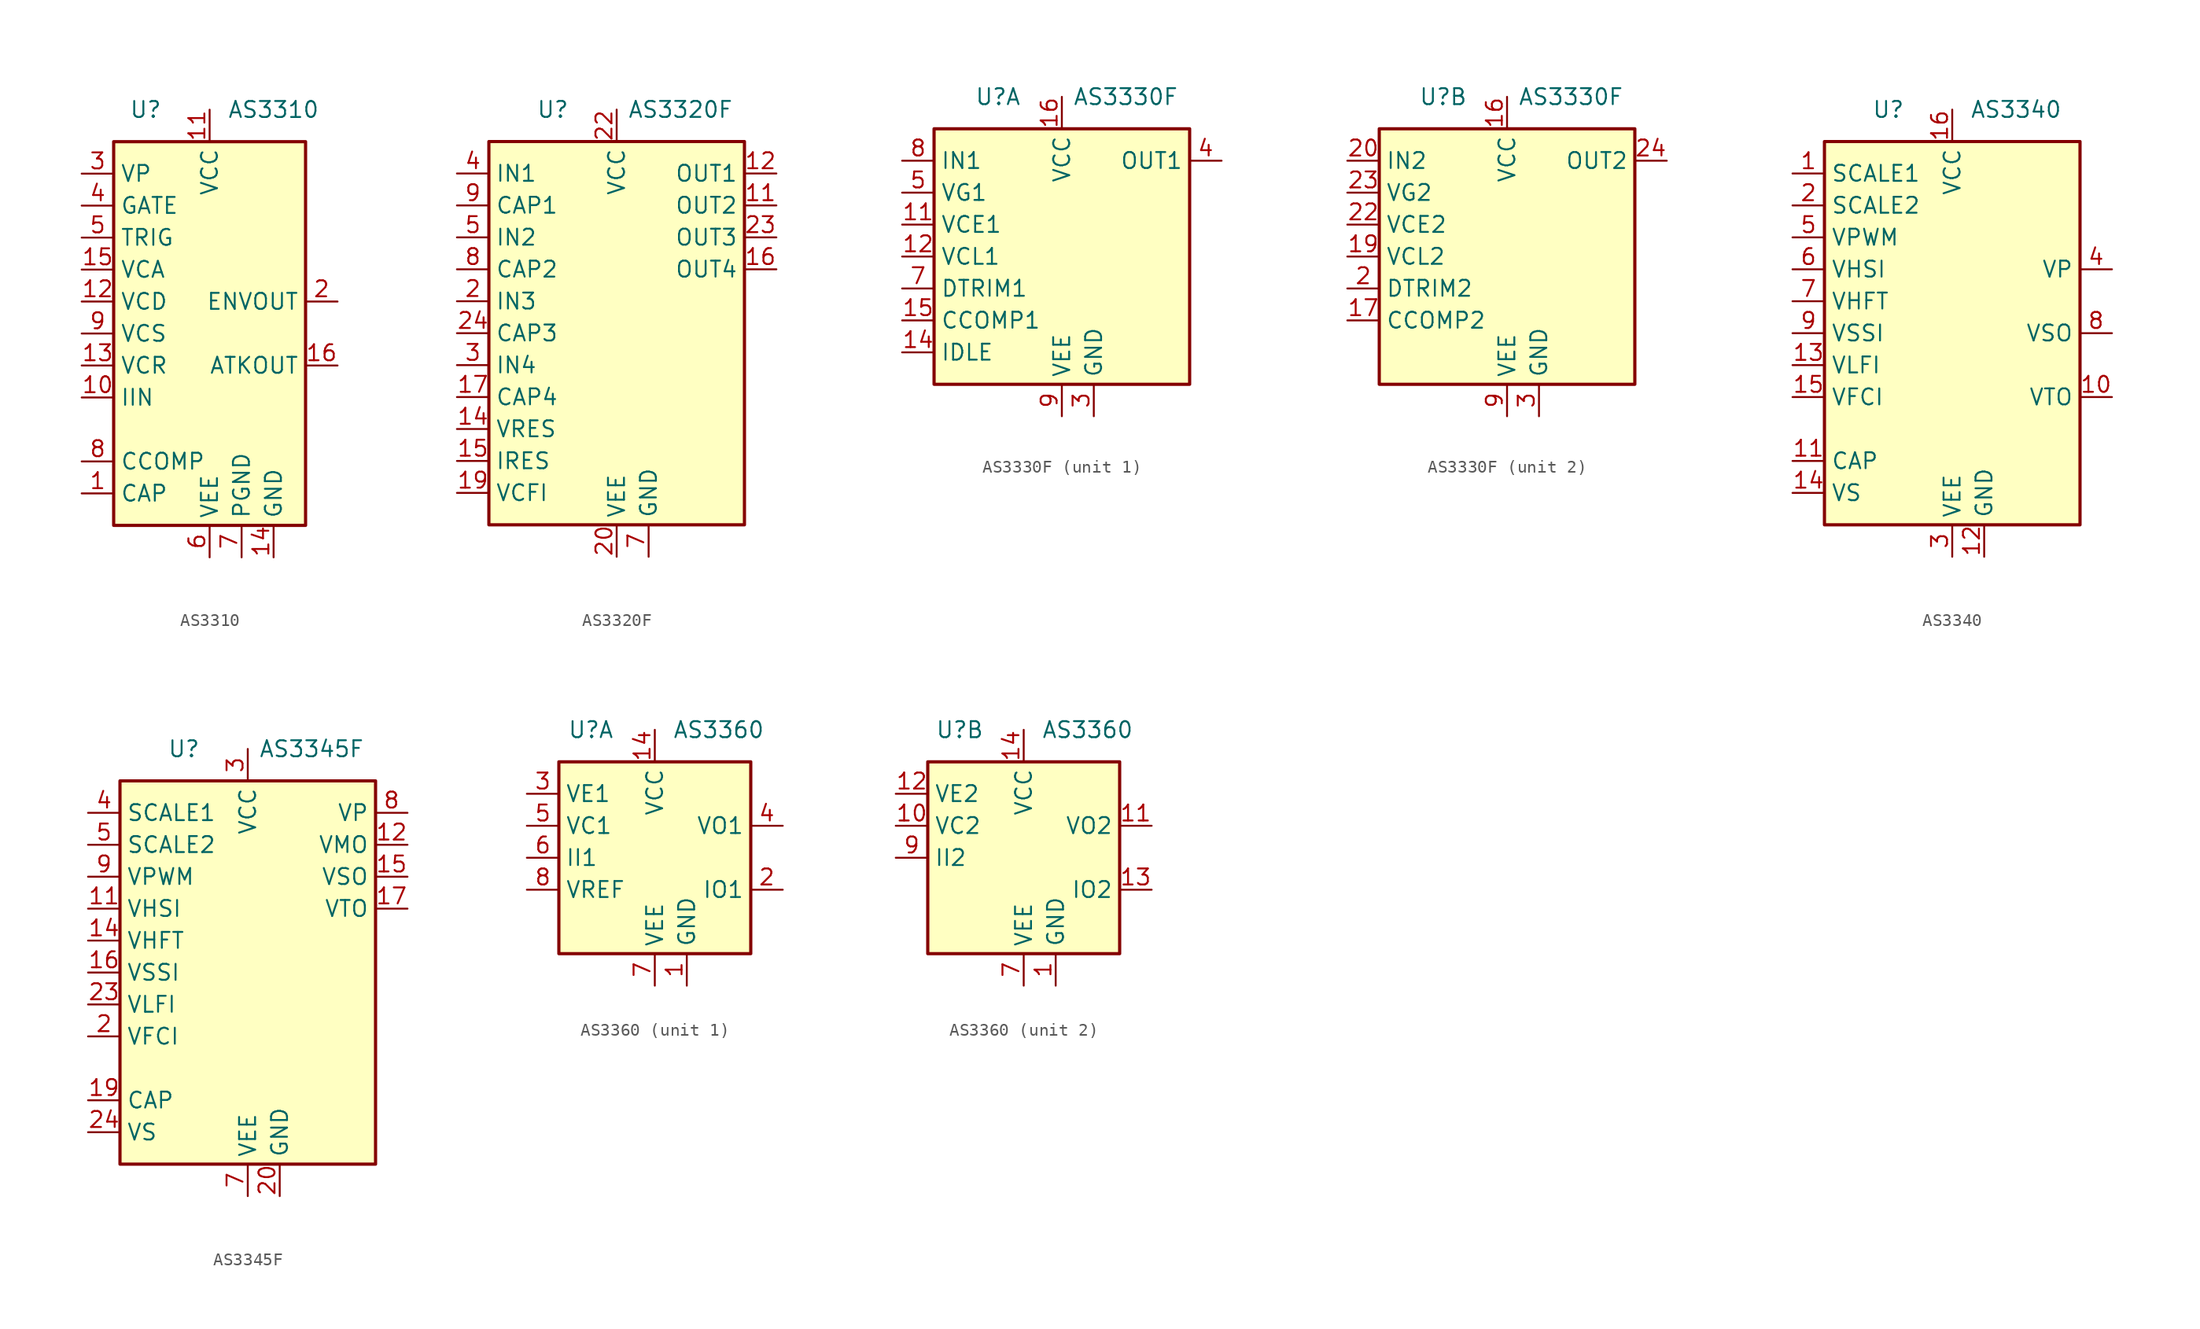
<source format=kicad_sym>
(kicad_symbol_lib
  (version 20200908)
  (generator kicad_symbol_editor)
  (symbol "Audio:AS3310"
    (property "Reference" "U"
      (at -5.08 17.78 0)
      (effects (font (size 1.27 1.27))))
    (property "Value" "AS3310"
      (at 5.08 17.78 0)
      (effects (font (size 1.27 1.27))))
    (symbol "AS3310_0_1"
      (rectangle (start 7.62 -15.24) (end -7.62 15.24) (stroke (width 0.254)) (fill (type background))))
    (symbol "AS3310_1_1"
      (pin passive line (at -10.16 -12.7 0) (length 2.54) (name "CAP" (effects (font (size 1.27 1.27)))) (number "1" (effects (font (size 1.27 1.27)))))
      (pin input line (at -10.16 -5.08 0) (length 2.54) (name "IIN" (effects (font (size 1.27 1.27)))) (number "10" (effects (font (size 1.27 1.27)))))
      (pin power_in line (at 0 17.78 270) (length 2.54) (name "VCC" (effects (font (size 1.27 1.27)))) (number "11" (effects (font (size 1.27 1.27)))))
      (pin input line (at -10.16 2.54 0) (length 2.54) (name "VCD" (effects (font (size 1.27 1.27)))) (number "12" (effects (font (size 1.27 1.27)))))
      (pin input line (at -10.16 -2.54 0) (length 2.54) (name "VCR" (effects (font (size 1.27 1.27)))) (number "13" (effects (font (size 1.27 1.27)))))
      (pin power_in line (at 5.08 -17.78 90) (length 2.54) (name "GND" (effects (font (size 1.27 1.27)))) (number "14" (effects (font (size 1.27 1.27)))))
      (pin input line (at -10.16 5.08 0) (length 2.54) (name "VCA" (effects (font (size 1.27 1.27)))) (number "15" (effects (font (size 1.27 1.27)))))
      (pin output line (at 10.16 -2.54 180) (length 2.54) (name "ATKOUT" (effects (font (size 1.27 1.27)))) (number "16" (effects (font (size 1.27 1.27)))))
      (pin output line (at 10.16 2.54 180) (length 2.54) (name "ENVOUT" (effects (font (size 1.27 1.27)))) (number "2" (effects (font (size 1.27 1.27)))))
      (pin input line (at -10.16 12.7 0) (length 2.54) (name "VP" (effects (font (size 1.27 1.27)))) (number "3" (effects (font (size 1.27 1.27)))))
      (pin input line (at -10.16 10.16 0) (length 2.54) (name "GATE" (effects (font (size 1.27 1.27)))) (number "4" (effects (font (size 1.27 1.27)))))
      (pin input line (at -10.16 7.62 0) (length 2.54) (name "TRIG" (effects (font (size 1.27 1.27)))) (number "5" (effects (font (size 1.27 1.27)))))
      (pin power_in line (at 0 -17.78 90) (length 2.54) (name "VEE" (effects (font (size 1.27 1.27)))) (number "6" (effects (font (size 1.27 1.27)))))
      (pin power_in line (at 2.54 -17.78 90) (length 2.54) (name "PGND" (effects (font (size 1.27 1.27)))) (number "7" (effects (font (size 1.27 1.27)))))
      (pin passive line (at -10.16 -10.16 0) (length 2.54) (name "CCOMP" (effects (font (size 1.27 1.27)))) (number "8" (effects (font (size 1.27 1.27)))))
      (pin input line (at -10.16 0 0) (length 2.54) (name "VCS" (effects (font (size 1.27 1.27)))) (number "9" (effects (font (size 1.27 1.27)))))))
  (symbol "Audio:AS3320F"
    (property "Reference" "U"
      (at -5.08 17.78 0)
      (effects (font (size 1.27 1.27))))
    (property "Value" "AS3320F"
      (at 5.08 17.78 0)
      (effects (font (size 1.27 1.27))))
    (symbol "AS3320F_0_1"
      (rectangle (start -10.16 15.24) (end 10.16 -15.24) (stroke (width 0.254)) (fill (type background))))
    (symbol "AS3320F_1_1"
      (pin unconnected line (at 10.16 0 180) (length 2.54) hide (name "NC" (effects (font (size 1.27 1.27)))) (number "1" (effects (font (size 1.27 1.27)))))
      (pin unconnected line (at 10.16 -5.08 180) (length 2.54) hide (name "NC" (effects (font (size 1.27 1.27)))) (number "10" (effects (font (size 1.27 1.27)))))
      (pin output line (at 12.7 10.16 180) (length 2.54) (name "OUT2" (effects (font (size 1.27 1.27)))) (number "11" (effects (font (size 1.27 1.27)))))
      (pin output line (at 12.7 12.7 180) (length 2.54) (name "OUT1" (effects (font (size 1.27 1.27)))) (number "12" (effects (font (size 1.27 1.27)))))
      (pin unconnected line (at 10.16 -7.62 180) (length 2.54) hide (name "NC" (effects (font (size 1.27 1.27)))) (number "13" (effects (font (size 1.27 1.27)))))
      (pin input line (at -12.7 -7.62 0) (length 2.54) (name "VRES" (effects (font (size 1.27 1.27)))) (number "14" (effects (font (size 1.27 1.27)))))
      (pin input line (at -12.7 -10.16 0) (length 2.54) (name "IRES" (effects (font (size 1.27 1.27)))) (number "15" (effects (font (size 1.27 1.27)))))
      (pin output line (at 12.7 5.08 180) (length 2.54) (name "OUT4" (effects (font (size 1.27 1.27)))) (number "16" (effects (font (size 1.27 1.27)))))
      (pin passive line (at -12.7 -5.08 0) (length 2.54) (name "CAP4" (effects (font (size 1.27 1.27)))) (number "17" (effects (font (size 1.27 1.27)))))
      (pin unconnected line (at 10.16 -10.16 180) (length 2.54) hide (name "NC" (effects (font (size 1.27 1.27)))) (number "18" (effects (font (size 1.27 1.27)))))
      (pin input line (at -12.7 -12.7 0) (length 2.54) (name "VCFI" (effects (font (size 1.27 1.27)))) (number "19" (effects (font (size 1.27 1.27)))))
      (pin input line (at -12.7 2.54 0) (length 2.54) (name "IN3" (effects (font (size 1.27 1.27)))) (number "2" (effects (font (size 1.27 1.27)))))
      (pin power_in line (at 0 -17.78 90) (length 2.54) (name "VEE" (effects (font (size 1.27 1.27)))) (number "20" (effects (font (size 1.27 1.27)))))
      (pin unconnected line (at 10.16 -12.7 180) (length 2.54) hide (name "NC" (effects (font (size 1.27 1.27)))) (number "21" (effects (font (size 1.27 1.27)))))
      (pin power_in line (at 0 17.78 270) (length 2.54) (name "VCC" (effects (font (size 1.27 1.27)))) (number "22" (effects (font (size 1.27 1.27)))))
      (pin output line (at 12.7 7.62 180) (length 2.54) (name "OUT3" (effects (font (size 1.27 1.27)))) (number "23" (effects (font (size 1.27 1.27)))))
      (pin passive line (at -12.7 0 0) (length 2.54) (name "CAP3" (effects (font (size 1.27 1.27)))) (number "24" (effects (font (size 1.27 1.27)))))
      (pin input line (at -12.7 -2.54 0) (length 2.54) (name "IN4" (effects (font (size 1.27 1.27)))) (number "3" (effects (font (size 1.27 1.27)))))
      (pin input line (at -12.7 12.7 0) (length 2.54) (name "IN1" (effects (font (size 1.27 1.27)))) (number "4" (effects (font (size 1.27 1.27)))))
      (pin input line (at -12.7 7.62 0) (length 2.54) (name "IN2" (effects (font (size 1.27 1.27)))) (number "5" (effects (font (size 1.27 1.27)))))
      (pin unconnected line (at 10.16 -2.54 180) (length 2.54) hide (name "NC" (effects (font (size 1.27 1.27)))) (number "6" (effects (font (size 1.27 1.27)))))
      (pin power_in line (at 2.54 -17.78 90) (length 2.54) (name "GND" (effects (font (size 1.27 1.27)))) (number "7" (effects (font (size 1.27 1.27)))))
      (pin passive line (at -12.7 5.08 0) (length 2.54) (name "CAP2" (effects (font (size 1.27 1.27)))) (number "8" (effects (font (size 1.27 1.27)))))
      (pin passive line (at -12.7 10.16 0) (length 2.54) (name "CAP1" (effects (font (size 1.27 1.27)))) (number "9" (effects (font (size 1.27 1.27)))))))
  (symbol "Audio:AS3330F"
    (property "Reference" "U"
      (at -5.08 12.7 0)
      (effects (font (size 1.27 1.27))))
    (property "Value" "AS3330F"
      (at 5.08 12.7 0)
      (effects (font (size 1.27 1.27))))
    (symbol "AS3330F_0_1"
      (rectangle (start -10.16 10.16) (end 10.16 -10.16) (stroke (width 0.254)) (fill (type background)))
      (pin power_in line (at 0 12.7 270) (length 2.54) (name "VCC" (effects (font (size 1.27 1.27)))) (number "16" (effects (font (size 1.27 1.27)))))
      (pin power_in line (at 2.54 -12.7 90) (length 2.54) (name "GND" (effects (font (size 1.27 1.27)))) (number "3" (effects (font (size 1.27 1.27)))))
      (pin power_in line (at 0 -12.7 90) (length 2.54) (name "VEE" (effects (font (size 1.27 1.27)))) (number "9" (effects (font (size 1.27 1.27))))))
    (symbol "AS3330F_1_1"
      (pin unconnected line (at 10.16 5.08 180) (length 2.54) hide (name "NC" (effects (font (size 1.27 1.27)))) (number "1" (effects (font (size 1.27 1.27)))))
      (pin unconnected line (at 10.16 0 180) (length 2.54) hide (name "NC" (effects (font (size 1.27 1.27)))) (number "10" (effects (font (size 1.27 1.27)))))
      (pin input line (at -12.7 2.54 0) (length 2.54) (name "VCE1" (effects (font (size 1.27 1.27)))) (number "11" (effects (font (size 1.27 1.27)))))
      (pin input line (at -12.7 0 0) (length 2.54) (name "VCL1" (effects (font (size 1.27 1.27)))) (number "12" (effects (font (size 1.27 1.27)))))
      (pin unconnected line (at 10.16 -2.54 180) (length 2.54) hide (name "NC" (effects (font (size 1.27 1.27)))) (number "13" (effects (font (size 1.27 1.27)))))
      (pin passive line (at -12.7 -7.62 0) (length 2.54) (name "IDLE" (effects (font (size 1.27 1.27)))) (number "14" (effects (font (size 1.27 1.27)))))
      (pin passive line (at -12.7 -5.08 0) (length 2.54) (name "CCOMP1" (effects (font (size 1.27 1.27)))) (number "15" (effects (font (size 1.27 1.27)))))
      (pin unconnected line (at 10.16 -5.08 180) (length 2.54) hide (name "NC" (effects (font (size 1.27 1.27)))) (number "18" (effects (font (size 1.27 1.27)))))
      (pin unconnected line (at 10.16 -7.62 180) (length 2.54) hide (name "NC" (effects (font (size 1.27 1.27)))) (number "21" (effects (font (size 1.27 1.27)))))
      (pin output line (at 12.7 7.62 180) (length 2.54) (name "OUT1" (effects (font (size 1.27 1.27)))) (number "4" (effects (font (size 1.27 1.27)))))
      (pin input line (at -12.7 5.08 0) (length 2.54) (name "VG1" (effects (font (size 1.27 1.27)))) (number "5" (effects (font (size 1.27 1.27)))))
      (pin unconnected line (at 10.16 2.54 180) (length 2.54) hide (name "NC" (effects (font (size 1.27 1.27)))) (number "6" (effects (font (size 1.27 1.27)))))
      (pin passive line (at -12.7 -2.54 0) (length 2.54) (name "DTRIM1" (effects (font (size 1.27 1.27)))) (number "7" (effects (font (size 1.27 1.27)))))
      (pin input line (at -12.7 7.62 0) (length 2.54) (name "IN1" (effects (font (size 1.27 1.27)))) (number "8" (effects (font (size 1.27 1.27))))))
    (symbol "AS3330F_2_1"
      (pin passive line (at -12.7 -5.08 0) (length 2.54) (name "CCOMP2" (effects (font (size 1.27 1.27)))) (number "17" (effects (font (size 1.27 1.27)))))
      (pin input line (at -12.7 0 0) (length 2.54) (name "VCL2" (effects (font (size 1.27 1.27)))) (number "19" (effects (font (size 1.27 1.27)))))
      (pin passive line (at -12.7 -2.54 0) (length 2.54) (name "DTRIM2" (effects (font (size 1.27 1.27)))) (number "2" (effects (font (size 1.27 1.27)))))
      (pin input line (at -12.7 7.62 0) (length 2.54) (name "IN2" (effects (font (size 1.27 1.27)))) (number "20" (effects (font (size 1.27 1.27)))))
      (pin input line (at -12.7 2.54 0) (length 2.54) (name "VCE2" (effects (font (size 1.27 1.27)))) (number "22" (effects (font (size 1.27 1.27)))))
      (pin input line (at -12.7 5.08 0) (length 2.54) (name "VG2" (effects (font (size 1.27 1.27)))) (number "23" (effects (font (size 1.27 1.27)))))
      (pin output line (at 12.7 7.62 180) (length 2.54) (name "OUT2" (effects (font (size 1.27 1.27)))) (number "24" (effects (font (size 1.27 1.27)))))))
  (symbol "Audio:AS3340"
    (property "Reference" "U"
      (at -5.08 17.78 0)
      (effects (font (size 1.27 1.27))))
    (property "Value" "AS3340"
      (at 5.08 17.78 0)
      (effects (font (size 1.27 1.27))))
    (symbol "AS3340_0_1"
      (rectangle (start -10.16 15.24) (end 10.16 -15.24) (stroke (width 0.254)) (fill (type background))))
    (symbol "AS3340_1_1"
      (pin input line (at -12.7 12.7 0) (length 2.54) (name "SCALE1" (effects (font (size 1.27 1.27)))) (number "1" (effects (font (size 1.27 1.27)))))
      (pin output line (at 12.7 -5.08 180) (length 2.54) (name "VTO" (effects (font (size 1.27 1.27)))) (number "10" (effects (font (size 1.27 1.27)))))
      (pin passive line (at -12.7 -10.16 0) (length 2.54) (name "CAP" (effects (font (size 1.27 1.27)))) (number "11" (effects (font (size 1.27 1.27)))))
      (pin power_in line (at 2.54 -17.78 90) (length 2.54) (name "GND" (effects (font (size 1.27 1.27)))) (number "12" (effects (font (size 1.27 1.27)))))
      (pin input line (at -12.7 -2.54 0) (length 2.54) (name "VLFI" (effects (font (size 1.27 1.27)))) (number "13" (effects (font (size 1.27 1.27)))))
      (pin passive line (at -12.7 -12.7 0) (length 2.54) (name "VS" (effects (font (size 1.27 1.27)))) (number "14" (effects (font (size 1.27 1.27)))))
      (pin input line (at -12.7 -5.08 0) (length 2.54) (name "VFCI" (effects (font (size 1.27 1.27)))) (number "15" (effects (font (size 1.27 1.27)))))
      (pin power_in line (at 0 17.78 270) (length 2.54) (name "VCC" (effects (font (size 1.27 1.27)))) (number "16" (effects (font (size 1.27 1.27)))))
      (pin input line (at -12.7 10.16 0) (length 2.54) (name "SCALE2" (effects (font (size 1.27 1.27)))) (number "2" (effects (font (size 1.27 1.27)))))
      (pin power_in line (at 0 -17.78 90) (length 2.54) (name "VEE" (effects (font (size 1.27 1.27)))) (number "3" (effects (font (size 1.27 1.27)))))
      (pin output line (at 12.7 5.08 180) (length 2.54) (name "VP" (effects (font (size 1.27 1.27)))) (number "4" (effects (font (size 1.27 1.27)))))
      (pin input line (at -12.7 7.62 0) (length 2.54) (name "VPWM" (effects (font (size 1.27 1.27)))) (number "5" (effects (font (size 1.27 1.27)))))
      (pin input line (at -12.7 5.08 0) (length 2.54) (name "VHSI" (effects (font (size 1.27 1.27)))) (number "6" (effects (font (size 1.27 1.27)))))
      (pin input line (at -12.7 2.54 0) (length 2.54) (name "VHFT" (effects (font (size 1.27 1.27)))) (number "7" (effects (font (size 1.27 1.27)))))
      (pin output line (at 12.7 0 180) (length 2.54) (name "VSO" (effects (font (size 1.27 1.27)))) (number "8" (effects (font (size 1.27 1.27)))))
      (pin input line (at -12.7 0 0) (length 2.54) (name "VSSI" (effects (font (size 1.27 1.27)))) (number "9" (effects (font (size 1.27 1.27)))))))
  (symbol "Audio:AS3345F"
    (property "Reference" "U"
      (at -5.08 17.78 0)
      (effects (font (size 1.27 1.27))))
    (property "Value" "AS3345F"
      (at 5.08 17.78 0)
      (effects (font (size 1.27 1.27))))
    (symbol "AS3345F_0_1"
      (rectangle (start -10.16 15.24) (end 10.16 -15.24) (stroke (width 0.254)) (fill (type background))))
    (symbol "AS3345F_1_1"
      (pin unconnected line (at 10.16 0 180) (length 2.54) hide (name "NC" (effects (font (size 1.27 1.27)))) (number "1" (effects (font (size 1.27 1.27)))))
      (pin unconnected line (at 10.16 -5.08 180) (length 2.54) hide (name "NC" (effects (font (size 1.27 1.27)))) (number "10" (effects (font (size 1.27 1.27)))))
      (pin input line (at -12.7 5.08 0) (length 2.54) (name "VHSI" (effects (font (size 1.27 1.27)))) (number "11" (effects (font (size 1.27 1.27)))))
      (pin output line (at 12.7 10.16 180) (length 2.54) (name "VMO" (effects (font (size 1.27 1.27)))) (number "12" (effects (font (size 1.27 1.27)))))
      (pin unconnected line (at 10.16 -7.62 180) (length 2.54) hide (name "NC" (effects (font (size 1.27 1.27)))) (number "13" (effects (font (size 1.27 1.27)))))
      (pin input line (at -12.7 2.54 0) (length 2.54) (name "VHFT" (effects (font (size 1.27 1.27)))) (number "14" (effects (font (size 1.27 1.27)))))
      (pin output line (at 12.7 7.62 180) (length 2.54) (name "VSO" (effects (font (size 1.27 1.27)))) (number "15" (effects (font (size 1.27 1.27)))))
      (pin input line (at -12.7 0 0) (length 2.54) (name "VSSI" (effects (font (size 1.27 1.27)))) (number "16" (effects (font (size 1.27 1.27)))))
      (pin output line (at 12.7 5.08 180) (length 2.54) (name "VTO" (effects (font (size 1.27 1.27)))) (number "17" (effects (font (size 1.27 1.27)))))
      (pin unconnected line (at 10.16 -10.16 180) (length 2.54) hide (name "NC" (effects (font (size 1.27 1.27)))) (number "18" (effects (font (size 1.27 1.27)))))
      (pin passive line (at -12.7 -10.16 0) (length 2.54) (name "CAP" (effects (font (size 1.27 1.27)))) (number "19" (effects (font (size 1.27 1.27)))))
      (pin input line (at -12.7 -5.08 0) (length 2.54) (name "VFCI" (effects (font (size 1.27 1.27)))) (number "2" (effects (font (size 1.27 1.27)))))
      (pin power_in line (at 2.54 -17.78 90) (length 2.54) (name "GND" (effects (font (size 1.27 1.27)))) (number "20" (effects (font (size 1.27 1.27)))))
      (pin unconnected line (at 10.16 -12.7 180) (length 2.54) hide (name "NC" (effects (font (size 1.27 1.27)))) (number "21" (effects (font (size 1.27 1.27)))))
      (pin passive line (at 2.54 -17.78 90) (length 2.54) hide (name "GND" (effects (font (size 1.27 1.27)))) (number "22" (effects (font (size 1.27 1.27)))))
      (pin input line (at -12.7 -2.54 0) (length 2.54) (name "VLFI" (effects (font (size 1.27 1.27)))) (number "23" (effects (font (size 1.27 1.27)))))
      (pin passive line (at -12.7 -12.7 0) (length 2.54) (name "VS" (effects (font (size 1.27 1.27)))) (number "24" (effects (font (size 1.27 1.27)))))
      (pin power_in line (at 0 17.78 270) (length 2.54) (name "VCC" (effects (font (size 1.27 1.27)))) (number "3" (effects (font (size 1.27 1.27)))))
      (pin input line (at -12.7 12.7 0) (length 2.54) (name "SCALE1" (effects (font (size 1.27 1.27)))) (number "4" (effects (font (size 1.27 1.27)))))
      (pin input line (at -12.7 10.16 0) (length 2.54) (name "SCALE2" (effects (font (size 1.27 1.27)))) (number "5" (effects (font (size 1.27 1.27)))))
      (pin unconnected line (at 10.16 -2.54 180) (length 2.54) hide (name "NC" (effects (font (size 1.27 1.27)))) (number "6" (effects (font (size 1.27 1.27)))))
      (pin power_in line (at 0 -17.78 90) (length 2.54) (name "VEE" (effects (font (size 1.27 1.27)))) (number "7" (effects (font (size 1.27 1.27)))))
      (pin output line (at 12.7 12.7 180) (length 2.54) (name "VP" (effects (font (size 1.27 1.27)))) (number "8" (effects (font (size 1.27 1.27)))))
      (pin input line (at -12.7 7.62 0) (length 2.54) (name "VPWM" (effects (font (size 1.27 1.27)))) (number "9" (effects (font (size 1.27 1.27)))))))
  (symbol "Audio:AS3360"
    (property "Reference" "U"
      (at -5.08 10.16 0)
      (effects (font (size 1.27 1.27))))
    (property "Value" "AS3360"
      (at 5.08 10.16 0)
      (effects (font (size 1.27 1.27))))
    (symbol "AS3360_0_1"
      (rectangle (start -7.62 7.62) (end 7.62 -7.62) (stroke (width 0.254)) (fill (type background)))
      (pin power_in line (at 2.54 -10.16 90) (length 2.54) (name "GND" (effects (font (size 1.27 1.27)))) (number "1" (effects (font (size 1.27 1.27)))))
      (pin power_in line (at 0 10.16 270) (length 2.54) (name "VCC" (effects (font (size 1.27 1.27)))) (number "14" (effects (font (size 1.27 1.27)))))
      (pin power_in line (at 0 -10.16 90) (length 2.54) (name "VEE" (effects (font (size 1.27 1.27)))) (number "7" (effects (font (size 1.27 1.27))))))
    (symbol "AS3360_1_1"
      (pin output line (at 10.16 -2.54 180) (length 2.54) (name "IO1" (effects (font (size 1.27 1.27)))) (number "2" (effects (font (size 1.27 1.27)))))
      (pin input line (at -10.16 5.08 0) (length 2.54) (name "VE1" (effects (font (size 1.27 1.27)))) (number "3" (effects (font (size 1.27 1.27)))))
      (pin output line (at 10.16 2.54 180) (length 2.54) (name "VO1" (effects (font (size 1.27 1.27)))) (number "4" (effects (font (size 1.27 1.27)))))
      (pin input line (at -10.16 2.54 0) (length 2.54) (name "VC1" (effects (font (size 1.27 1.27)))) (number "5" (effects (font (size 1.27 1.27)))))
      (pin input line (at -10.16 0 0) (length 2.54) (name "II1" (effects (font (size 1.27 1.27)))) (number "6" (effects (font (size 1.27 1.27)))))
      (pin passive line (at -10.16 -2.54 0) (length 2.54) (name "VREF" (effects (font (size 1.27 1.27)))) (number "8" (effects (font (size 1.27 1.27))))))
    (symbol "AS3360_2_1"
      (pin input line (at -10.16 2.54 0) (length 2.54) (name "VC2" (effects (font (size 1.27 1.27)))) (number "10" (effects (font (size 1.27 1.27)))))
      (pin output line (at 10.16 2.54 180) (length 2.54) (name "VO2" (effects (font (size 1.27 1.27)))) (number "11" (effects (font (size 1.27 1.27)))))
      (pin input line (at -10.16 5.08 0) (length 2.54) (name "VE2" (effects (font (size 1.27 1.27)))) (number "12" (effects (font (size 1.27 1.27)))))
      (pin output line (at 10.16 -2.54 180) (length 2.54) (name "IO2" (effects (font (size 1.27 1.27)))) (number "13" (effects (font (size 1.27 1.27)))))
      (pin input line (at -10.16 0 0) (length 2.54) (name "II2" (effects (font (size 1.27 1.27)))) (number "9" (effects (font (size 1.27 1.27))))))))
</source>
